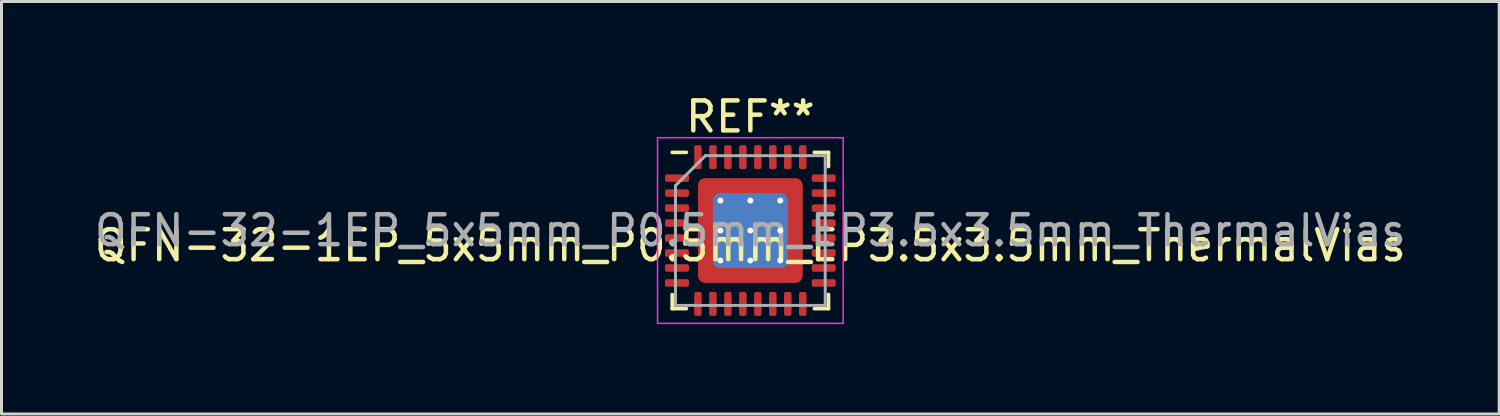
<source format=kicad_pcb>
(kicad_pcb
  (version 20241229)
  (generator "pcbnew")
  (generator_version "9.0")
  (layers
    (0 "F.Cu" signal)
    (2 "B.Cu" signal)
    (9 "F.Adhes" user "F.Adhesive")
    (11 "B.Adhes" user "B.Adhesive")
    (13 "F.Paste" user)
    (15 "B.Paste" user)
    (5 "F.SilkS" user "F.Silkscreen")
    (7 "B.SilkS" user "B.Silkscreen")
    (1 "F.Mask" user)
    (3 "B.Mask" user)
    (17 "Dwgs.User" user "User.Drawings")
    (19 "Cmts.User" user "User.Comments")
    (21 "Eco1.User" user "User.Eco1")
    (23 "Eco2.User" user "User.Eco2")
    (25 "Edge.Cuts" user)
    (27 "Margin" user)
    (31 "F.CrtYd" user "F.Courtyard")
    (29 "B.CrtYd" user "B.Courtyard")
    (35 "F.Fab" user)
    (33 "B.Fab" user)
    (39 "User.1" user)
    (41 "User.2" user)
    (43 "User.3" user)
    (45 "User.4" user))
  (footprint "QFN-32-1EP_5x5mm_P0.5mm_EP3.5x3.5mm_ThermalVias"
    (layer "F.Cu")
    (at 22.006 4.648)
    (property "Reference" "QFN-32-1EP_5x5mm_P0.5mm_EP3.5x3.5mm_ThermalVias" (at 0 0.5 0) (layer "F.SilkS") (effects (font (size 1 1) (thickness 0.15))))
    (attr through_hole)
    (fp_line (start -2.61 2.61) (end -2.61 2.135) (stroke (width 0.12) (type solid)) (layer "F.SilkS"))
    (fp_line (start -2.135 -2.61) (end -2.61 -2.61) (stroke (width 0.12) (type solid)) (layer "F.SilkS"))
    (fp_line (start -2.135 2.61) (end -2.61 2.61) (stroke (width 0.12) (type solid)) (layer "F.SilkS"))
    (fp_line (start 2.135 -2.61) (end 2.61 -2.61) (stroke (width 0.12) (type solid)) (layer "F.SilkS"))
    (fp_line (start 2.135 2.61) (end 2.61 2.61) (stroke (width 0.12) (type solid)) (layer "F.SilkS"))
    (fp_line (start 2.61 -2.61) (end 2.61 -2.135) (stroke (width 0.12) (type solid)) (layer "F.SilkS"))
    (fp_line (start 2.61 2.61) (end 2.61 2.135) (stroke (width 0.12) (type solid)) (layer "F.SilkS"))
    (fp_line (start -3.1 -3.1) (end -3.1 3.1) (stroke (width 0.05) (type solid)) (layer "F.CrtYd"))
    (fp_line (start -3.1 3.1) (end 3.1 3.1) (stroke (width 0.05) (type solid)) (layer "F.CrtYd"))
    (fp_line (start 3.1 -3.1) (end -3.1 -3.1) (stroke (width 0.05) (type solid)) (layer "F.CrtYd"))
    (fp_line (start 3.1 3.1) (end 3.1 -3.1) (stroke (width 0.05) (type solid)) (layer "F.CrtYd"))
    (fp_line (start -2.5 -1.5) (end -1.5 -2.5) (stroke (width 0.1) (type solid)) (layer "F.Fab"))
    (fp_line (start -2.5 2.5) (end -2.5 -1.5) (stroke (width 0.1) (type solid)) (layer "F.Fab"))
    (fp_line (start -1.5 -2.5) (end 2.5 -2.5) (stroke (width 0.1) (type solid)) (layer "F.Fab"))
    (fp_line (start 2.5 -2.5) (end 2.5 2.5) (stroke (width 0.1) (type solid)) (layer "F.Fab"))
    (fp_line (start 2.5 2.5) (end -2.5 2.5) (stroke (width 0.1) (type solid)) (layer "F.Fab"))
    (fp_text user "REF**" (at 0 -3.8 0) (layer "F.SilkS") (effects (font (size 1 1) (thickness 0.15))))
    (fp_text user "${REFERENCE}" (at 0 0 0) (layer "F.Fab") (effects (font (size 1 1) (thickness 0.15))))
    (pad "" smd custom (at -1.35 -1.35) (size 0.5 0.5) (layers "F.Paste") (options (anchor circle)) (primitives (gr_poly (pts (xy -0.322 -0.322) (xy 0.322 -0.322) (xy 0.322 0.195) (xy 0.195 0.322) (xy -0.322 0.322)) (width 0) (fill yes))))
    (pad "" smd custom (at -1.35 -0.5) (size 0.5 0.5) (layers "F.Paste") (options (anchor circle)) (primitives (gr_poly (pts (xy -0.322 -0.403) (xy 0.214 -0.403) (xy 0.322 -0.295) (xy 0.322 0.295) (xy 0.214 0.403) (xy -0.322 0.403)) (width 0) (fill yes))))
    (pad "" smd custom (at -1.35 0.5) (size 0.5 0.5) (layers "F.Paste") (options (anchor circle)) (primitives (gr_poly (pts (xy -0.322 -0.403) (xy 0.214 -0.403) (xy 0.322 -0.295) (xy 0.322 0.295) (xy 0.214 0.403) (xy -0.322 0.403)) (width 0) (fill yes))))
    (pad "" smd custom (at -1.35 1.35) (size 0.555 0.555) (layers "F.Paste") (options (anchor circle)) (primitives (gr_poly (pts (xy -0.322 -0.322) (xy 0.195 -0.322) (xy 0.322 -0.195) (xy 0.322 0.322) (xy -0.322 0.322)) (width 0) (fill yes))))
    (pad "" smd custom (at -0.5 -1.35) (size 0.568 0.568) (layers "F.Paste") (options (anchor circle)) (primitives (gr_poly (pts (xy -0.403 -0.322) (xy 0.403 -0.322) (xy 0.403 0.214) (xy 0.295 0.322) (xy -0.295 0.322) (xy -0.403 0.214)) (width 0) (fill yes))))
    (pad "" smd roundrect (at -0.5 -0.5) (size 0.806 0.806) (layers "F.Paste") (roundrect_rratio 0.25))
    (pad "" smd roundrect (at -0.5 0.5) (size 0.806 0.806) (layers "F.Paste") (roundrect_rratio 0.25))
    (pad "" smd custom (at -0.5 1.35) (size 0.568 0.568) (layers "F.Paste") (options (anchor circle)) (primitives (gr_poly (pts (xy -0.403 -0.214) (xy -0.295 -0.322) (xy 0.295 -0.322) (xy 0.403 -0.214) (xy 0.403 0.322) (xy -0.403 0.322)) (width 0) (fill yes))))
    (pad "" smd custom (at 0.5 -1.35) (size 0.568 0.568) (layers "F.Paste") (options (anchor circle)) (primitives (gr_poly (pts (xy -0.403 -0.322) (xy 0.403 -0.322) (xy 0.403 0.214) (xy 0.295 0.322) (xy -0.295 0.322) (xy -0.403 0.214)) (width 0) (fill yes))))
    (pad "" smd roundrect (at 0.5 -0.5) (size 0.806 0.806) (layers "F.Paste") (roundrect_rratio 0.25))
    (pad "" smd roundrect (at 0.5 0.5) (size 0.806 0.806) (layers "F.Paste") (roundrect_rratio 0.25))
    (pad "" smd custom (at 0.5 1.35) (size 0.568 0.568) (layers "F.Paste") (options (anchor circle)) (primitives (gr_poly (pts (xy -0.403 -0.214) (xy -0.295 -0.322) (xy 0.295 -0.322) (xy 0.403 -0.214) (xy 0.403 0.322) (xy -0.403 0.322)) (width 0) (fill yes))))
    (pad "" smd custom (at 1.35 -1.35) (size 0.555 0.555) (layers "F.Paste") (options (anchor circle)) (primitives (gr_poly (pts (xy -0.322 -0.322) (xy 0.322 -0.322) (xy 0.322 0.322) (xy -0.195 0.322) (xy -0.322 0.195)) (width 0) (fill yes))))
    (pad "" smd custom (at 1.35 -0.5) (size 0.568 0.568) (layers "F.Paste") (options (anchor circle)) (primitives (gr_poly (pts (xy -0.322 -0.295) (xy -0.214 -0.403) (xy 0.322 -0.403) (xy 0.322 0.403) (xy -0.214 0.403) (xy -0.322 0.295)) (width 0) (fill yes))))
    (pad "" smd custom (at 1.35 0.5) (size 0.568 0.568) (layers "F.Paste") (options (anchor circle)) (primitives (gr_poly (pts (xy -0.322 -0.295) (xy -0.214 -0.403) (xy 0.322 -0.403) (xy 0.322 0.403) (xy -0.214 0.403) (xy -0.322 0.295)) (width 0) (fill yes))))
    (pad "" smd custom (at 1.35 1.35) (size 0.555 0.555) (layers "F.Paste") (options (anchor circle)) (primitives (gr_poly (pts (xy -0.322 -0.195) (xy -0.195 -0.322) (xy 0.322 -0.322) (xy 0.322 0.322) (xy -0.322 0.322)) (width 0) (fill yes))))
    (pad "1" smd roundrect (at -2.45 -1.75) (size 0.8 0.25) (layers "F.Cu" "F.Mask" "F.Paste") (roundrect_rratio 0.25))
    (pad "2" smd roundrect (at -2.45 -1.25) (size 0.8 0.25) (layers "F.Cu" "F.Mask" "F.Paste") (roundrect_rratio 0.25))
    (pad "3" smd roundrect (at -2.45 -0.75) (size 0.8 0.25) (layers "F.Cu" "F.Mask" "F.Paste") (roundrect_rratio 0.25))
    (pad "4" smd roundrect (at -2.45 -0.25) (size 0.8 0.25) (layers "F.Cu" "F.Mask" "F.Paste") (roundrect_rratio 0.25))
    (pad "5" smd roundrect (at -2.45 0.25) (size 0.8 0.25) (layers "F.Cu" "F.Mask" "F.Paste") (roundrect_rratio 0.25))
    (pad "6" smd roundrect (at -2.45 0.75) (size 0.8 0.25) (layers "F.Cu" "F.Mask" "F.Paste") (roundrect_rratio 0.25))
    (pad "7" smd roundrect (at -2.45 1.25) (size 0.8 0.25) (layers "F.Cu" "F.Mask" "F.Paste") (roundrect_rratio 0.25))
    (pad "8" smd roundrect (at -2.45 1.75) (size 0.8 0.25) (layers "F.Cu" "F.Mask" "F.Paste") (roundrect_rratio 0.25))
    (pad "9" smd roundrect (at -1.75 2.45) (size 0.25 0.8) (layers "F.Cu" "F.Mask" "F.Paste") (roundrect_rratio 0.25))
    (pad "10" smd roundrect (at -1.25 2.45) (size 0.25 0.8) (layers "F.Cu" "F.Mask" "F.Paste") (roundrect_rratio 0.25))
    (pad "11" smd roundrect (at -0.75 2.45) (size 0.25 0.8) (layers "F.Cu" "F.Mask" "F.Paste") (roundrect_rratio 0.25))
    (pad "12" smd roundrect (at -0.25 2.45) (size 0.25 0.8) (layers "F.Cu" "F.Mask" "F.Paste") (roundrect_rratio 0.25))
    (pad "13" smd roundrect (at 0.25 2.45) (size 0.25 0.8) (layers "F.Cu" "F.Mask" "F.Paste") (roundrect_rratio 0.25))
    (pad "14" smd roundrect (at 0.75 2.45) (size 0.25 0.8) (layers "F.Cu" "F.Mask" "F.Paste") (roundrect_rratio 0.25))
    (pad "15" smd roundrect (at 1.25 2.45) (size 0.25 0.8) (layers "F.Cu" "F.Mask" "F.Paste") (roundrect_rratio 0.25))
    (pad "16" smd roundrect (at 1.75 2.45) (size 0.25 0.8) (layers "F.Cu" "F.Mask" "F.Paste") (roundrect_rratio 0.25))
    (pad "17" smd roundrect (at 2.45 1.75) (size 0.8 0.25) (layers "F.Cu" "F.Mask" "F.Paste") (roundrect_rratio 0.25))
    (pad "18" smd roundrect (at 2.45 1.25) (size 0.8 0.25) (layers "F.Cu" "F.Mask" "F.Paste") (roundrect_rratio 0.25))
    (pad "19" smd roundrect (at 2.45 0.75) (size 0.8 0.25) (layers "F.Cu" "F.Mask" "F.Paste") (roundrect_rratio 0.25))
    (pad "20" smd roundrect (at 2.45 0.25) (size 0.8 0.25) (layers "F.Cu" "F.Mask" "F.Paste") (roundrect_rratio 0.25))
    (pad "21" smd roundrect (at 2.45 -0.25) (size 0.8 0.25) (layers "F.Cu" "F.Mask" "F.Paste") (roundrect_rratio 0.25))
    (pad "22" smd roundrect (at 2.45 -0.75) (size 0.8 0.25) (layers "F.Cu" "F.Mask" "F.Paste") (roundrect_rratio 0.25))
    (pad "23" smd roundrect (at 2.45 -1.25) (size 0.8 0.25) (layers "F.Cu" "F.Mask" "F.Paste") (roundrect_rratio 0.25))
    (pad "24" smd roundrect (at 2.45 -1.75) (size 0.8 0.25) (layers "F.Cu" "F.Mask" "F.Paste") (roundrect_rratio 0.25))
    (pad "25" smd roundrect (at 1.75 -2.45) (size 0.25 0.8) (layers "F.Cu" "F.Mask" "F.Paste") (roundrect_rratio 0.25))
    (pad "26" smd roundrect (at 1.25 -2.45) (size 0.25 0.8) (layers "F.Cu" "F.Mask" "F.Paste") (roundrect_rratio 0.25))
    (pad "27" smd roundrect (at 0.75 -2.45) (size 0.25 0.8) (layers "F.Cu" "F.Mask" "F.Paste") (roundrect_rratio 0.25))
    (pad "28" smd roundrect (at 0.25 -2.45) (size 0.25 0.8) (layers "F.Cu" "F.Mask" "F.Paste") (roundrect_rratio 0.25))
    (pad "29" smd roundrect (at -0.25 -2.45) (size 0.25 0.8) (layers "F.Cu" "F.Mask" "F.Paste") (roundrect_rratio 0.25))
    (pad "30" smd roundrect (at -0.75 -2.45) (size 0.25 0.8) (layers "F.Cu" "F.Mask" "F.Paste") (roundrect_rratio 0.25))
    (pad "31" smd roundrect (at -1.25 -2.45) (size 0.25 0.8) (layers "F.Cu" "F.Mask" "F.Paste") (roundrect_rratio 0.25))
    (pad "32" smd roundrect (at -1.75 -2.45) (size 0.25 0.8) (layers "F.Cu" "F.Mask" "F.Paste") (roundrect_rratio 0.25))
    (pad "33" thru_hole circle (at -1 -1) (size 0.5 0.5) (drill 0.2) (layers "*.Cu"))
    (pad "33" thru_hole circle (at -1 0) (size 0.5 0.5) (drill 0.2) (layers "*.Cu"))
    (pad "33" thru_hole circle (at -1 1) (size 0.5 0.5) (drill 0.2) (layers "*.Cu"))
    (pad "33" thru_hole circle (at 0 -1) (size 0.5 0.5) (drill 0.2) (layers "*.Cu"))
    (pad "33" thru_hole circle (at 0 0) (size 0.5 0.5) (drill 0.2) (layers "*.Cu"))
    (pad "33" smd roundrect (at 0 0) (size 2.5 2.5) (layers "B.Cu") (roundrect_rratio 0.1))
    (pad "33" smd roundrect (at 0 0) (size 3.5 3.5) (layers "F.Cu" "F.Mask") (roundrect_rratio 0.069))
    (pad "33" thru_hole circle (at 0 1) (size 0.5 0.5) (drill 0.2) (layers "*.Cu"))
    (pad "33" thru_hole circle (at 1 -1) (size 0.5 0.5) (drill 0.2) (layers "*.Cu"))
    (pad "33" thru_hole circle (at 1 0) (size 0.5 0.5) (drill 0.2) (layers "*.Cu"))
    (pad "33" thru_hole circle (at 1 1) (size 0.5 0.5) (drill 0.2) (layers "*.Cu")))
  (gr_rect
    (start -3 -3)
    (end 47.012 10.773)
    (stroke (width 0.1) (type default))
    (fill no)
    (layer "Edge.Cuts")))
</source>
